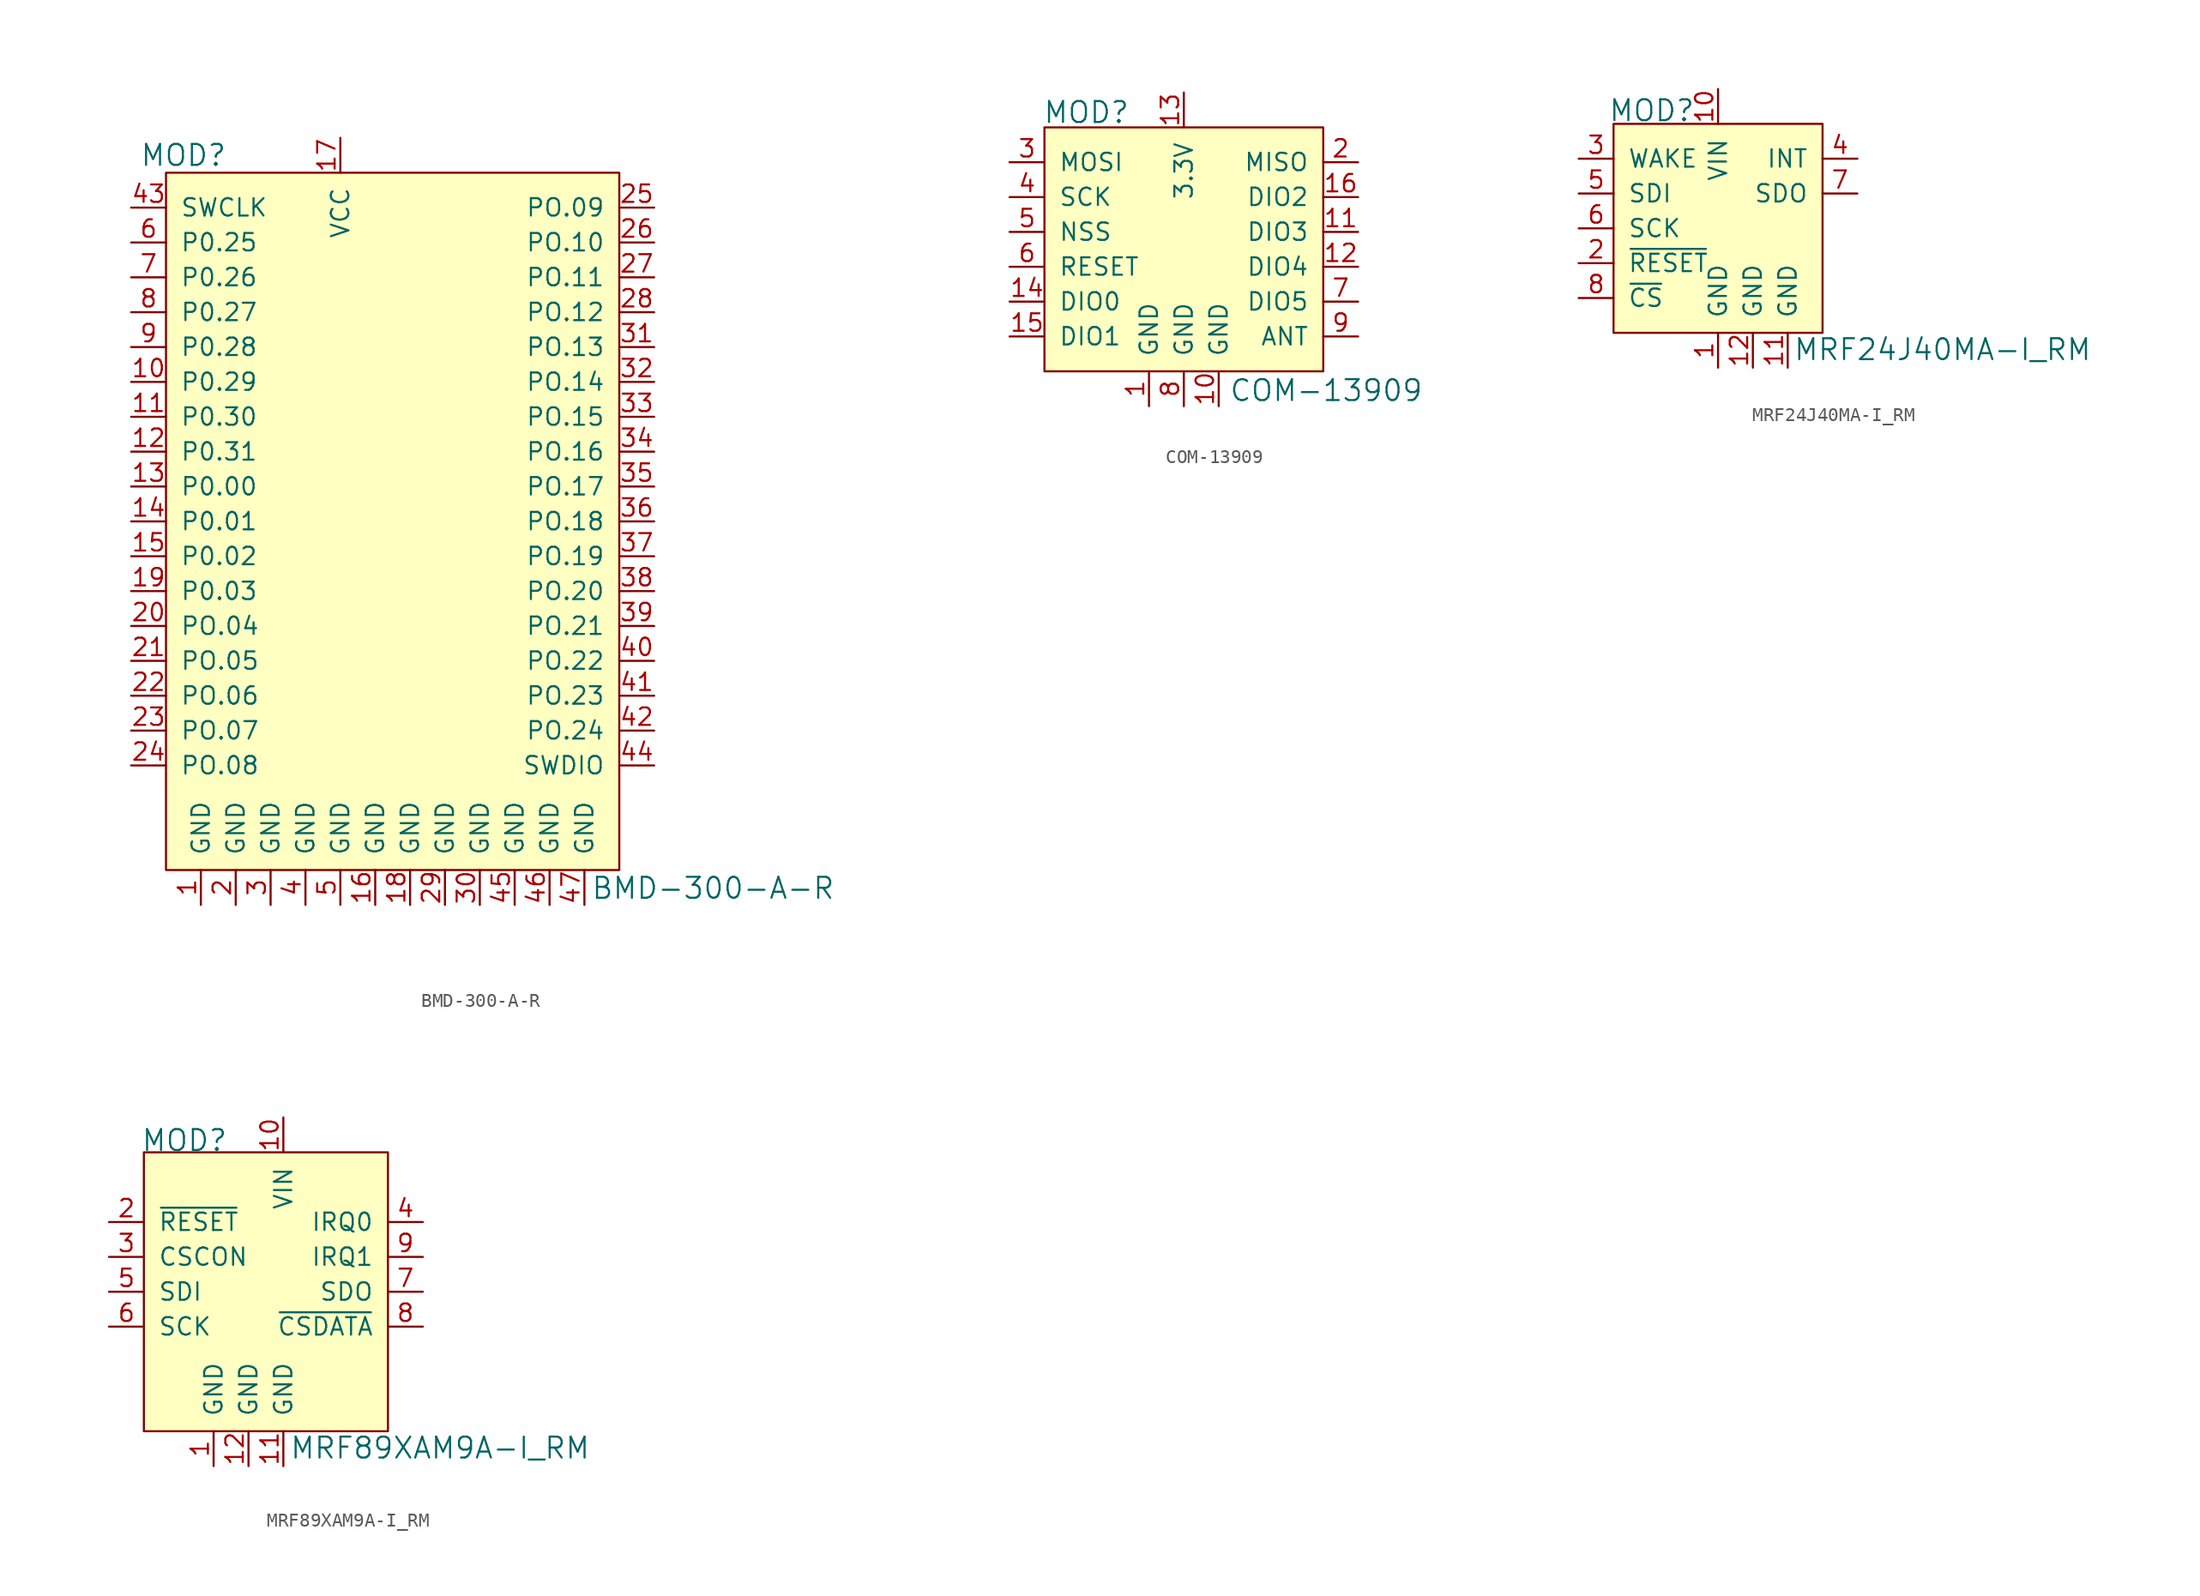
<source format=kicad_sym>
(kicad_symbol_lib
  (version 20231120)
  (generator "kicad_symbol_editor")
  (generator_version "8.0")
  (symbol "BMD-300-A-R"
    (pin_names
      (offset 1.016))
    (property "Reference" "MOD"
      (at -13.97 29.21 0)
      (effects (font (size 1.524 1.524))))
    (property "Value" "BMD-300-A-R"
      (at 15.697 -24.181 0)
      (effects (font (size 1.524 1.524)) (justify left)))
    (symbol "BMD-300-A-R_0_1"
      (rectangle (start -15.24 27.94) (end 17.78 -22.86) (stroke (width 0) (type default)) (fill (type background))))
    (symbol "BMD-300-A-R_1_1"
      (pin power_in line (at -12.7 -25.4 90) (length 2.54) (name "GND" (effects (font (size 1.27 1.27)))) (number "1" (effects (font (size 1.27 1.27)))))
      (pin bidirectional line (at -17.78 12.7 0) (length 2.54) (name "P0.29" (effects (font (size 1.27 1.27)))) (number "10" (effects (font (size 1.27 1.27)))))
      (pin bidirectional line (at -17.78 10.16 0) (length 2.54) (name "P0.30" (effects (font (size 1.27 1.27)))) (number "11" (effects (font (size 1.27 1.27)))))
      (pin bidirectional line (at -17.78 7.62 0) (length 2.54) (name "P0.31" (effects (font (size 1.27 1.27)))) (number "12" (effects (font (size 1.27 1.27)))))
      (pin bidirectional line (at -17.78 5.08 0) (length 2.54) (name "P0.00" (effects (font (size 1.27 1.27)))) (number "13" (effects (font (size 1.27 1.27)))))
      (pin bidirectional line (at -17.78 2.54 0) (length 2.54) (name "P0.01" (effects (font (size 1.27 1.27)))) (number "14" (effects (font (size 1.27 1.27)))))
      (pin bidirectional line (at -17.78 0 0) (length 2.54) (name "P0.02" (effects (font (size 1.27 1.27)))) (number "15" (effects (font (size 1.27 1.27)))))
      (pin power_in line (at 0 -25.4 90) (length 2.54) (name "GND" (effects (font (size 1.27 1.27)))) (number "16" (effects (font (size 1.27 1.27)))))
      (pin power_in line (at -2.54 30.48 270) (length 2.54) (name "VCC" (effects (font (size 1.27 1.27)))) (number "17" (effects (font (size 1.27 1.27)))))
      (pin power_in line (at 2.54 -25.4 90) (length 2.54) (name "GND" (effects (font (size 1.27 1.27)))) (number "18" (effects (font (size 1.27 1.27)))))
      (pin bidirectional line (at -17.78 -2.54 0) (length 2.54) (name "P0.03" (effects (font (size 1.27 1.27)))) (number "19" (effects (font (size 1.27 1.27)))))
      (pin power_in line (at -10.16 -25.4 90) (length 2.54) (name "GND" (effects (font (size 1.27 1.27)))) (number "2" (effects (font (size 1.27 1.27)))))
      (pin bidirectional line (at -17.78 -5.08 0) (length 2.54) (name "PO.04" (effects (font (size 1.27 1.27)))) (number "20" (effects (font (size 1.27 1.27)))))
      (pin bidirectional line (at -17.78 -7.62 0) (length 2.54) (name "PO.05" (effects (font (size 1.27 1.27)))) (number "21" (effects (font (size 1.27 1.27)))))
      (pin bidirectional line (at -17.78 -10.16 0) (length 2.54) (name "PO.06" (effects (font (size 1.27 1.27)))) (number "22" (effects (font (size 1.27 1.27)))))
      (pin bidirectional line (at -17.78 -12.7 0) (length 2.54) (name "PO.07" (effects (font (size 1.27 1.27)))) (number "23" (effects (font (size 1.27 1.27)))))
      (pin bidirectional line (at -17.78 -15.24 0) (length 2.54) (name "PO.08" (effects (font (size 1.27 1.27)))) (number "24" (effects (font (size 1.27 1.27)))))
      (pin bidirectional line (at 20.32 25.4 180) (length 2.54) (name "PO.09" (effects (font (size 1.27 1.27)))) (number "25" (effects (font (size 1.27 1.27)))))
      (pin bidirectional line (at 20.32 22.86 180) (length 2.54) (name "PO.10" (effects (font (size 1.27 1.27)))) (number "26" (effects (font (size 1.27 1.27)))))
      (pin bidirectional line (at 20.32 20.32 180) (length 2.54) (name "PO.11" (effects (font (size 1.27 1.27)))) (number "27" (effects (font (size 1.27 1.27)))))
      (pin bidirectional line (at 20.32 17.78 180) (length 2.54) (name "PO.12" (effects (font (size 1.27 1.27)))) (number "28" (effects (font (size 1.27 1.27)))))
      (pin power_in line (at 5.08 -25.4 90) (length 2.54) (name "GND" (effects (font (size 1.27 1.27)))) (number "29" (effects (font (size 1.27 1.27)))))
      (pin power_in line (at -7.62 -25.4 90) (length 2.54) (name "GND" (effects (font (size 1.27 1.27)))) (number "3" (effects (font (size 1.27 1.27)))))
      (pin power_in line (at 7.62 -25.4 90) (length 2.54) (name "GND" (effects (font (size 1.27 1.27)))) (number "30" (effects (font (size 1.27 1.27)))))
      (pin bidirectional line (at 20.32 15.24 180) (length 2.54) (name "PO.13" (effects (font (size 1.27 1.27)))) (number "31" (effects (font (size 1.27 1.27)))))
      (pin bidirectional line (at 20.32 12.7 180) (length 2.54) (name "PO.14" (effects (font (size 1.27 1.27)))) (number "32" (effects (font (size 1.27 1.27)))))
      (pin bidirectional line (at 20.32 10.16 180) (length 2.54) (name "PO.15" (effects (font (size 1.27 1.27)))) (number "33" (effects (font (size 1.27 1.27)))))
      (pin bidirectional line (at 20.32 7.62 180) (length 2.54) (name "PO.16" (effects (font (size 1.27 1.27)))) (number "34" (effects (font (size 1.27 1.27)))))
      (pin bidirectional line (at 20.32 5.08 180) (length 2.54) (name "PO.17" (effects (font (size 1.27 1.27)))) (number "35" (effects (font (size 1.27 1.27)))))
      (pin bidirectional line (at 20.32 2.54 180) (length 2.54) (name "PO.18" (effects (font (size 1.27 1.27)))) (number "36" (effects (font (size 1.27 1.27)))))
      (pin bidirectional line (at 20.32 0 180) (length 2.54) (name "PO.19" (effects (font (size 1.27 1.27)))) (number "37" (effects (font (size 1.27 1.27)))))
      (pin bidirectional line (at 20.32 -2.54 180) (length 2.54) (name "PO.20" (effects (font (size 1.27 1.27)))) (number "38" (effects (font (size 1.27 1.27)))))
      (pin bidirectional line (at 20.32 -5.08 180) (length 2.54) (name "PO.21" (effects (font (size 1.27 1.27)))) (number "39" (effects (font (size 1.27 1.27)))))
      (pin power_in line (at -5.08 -25.4 90) (length 2.54) (name "GND" (effects (font (size 1.27 1.27)))) (number "4" (effects (font (size 1.27 1.27)))))
      (pin bidirectional line (at 20.32 -7.62 180) (length 2.54) (name "PO.22" (effects (font (size 1.27 1.27)))) (number "40" (effects (font (size 1.27 1.27)))))
      (pin bidirectional line (at 20.32 -10.16 180) (length 2.54) (name "PO.23" (effects (font (size 1.27 1.27)))) (number "41" (effects (font (size 1.27 1.27)))))
      (pin bidirectional line (at 20.32 -12.7 180) (length 2.54) (name "PO.24" (effects (font (size 1.27 1.27)))) (number "42" (effects (font (size 1.27 1.27)))))
      (pin input line (at -17.78 25.4 0) (length 2.54) (name "SWCLK" (effects (font (size 1.27 1.27)))) (number "43" (effects (font (size 1.27 1.27)))))
      (pin bidirectional line (at 20.32 -15.24 180) (length 2.54) (name "SWDIO" (effects (font (size 1.27 1.27)))) (number "44" (effects (font (size 1.27 1.27)))))
      (pin power_in line (at 10.16 -25.4 90) (length 2.54) (name "GND" (effects (font (size 1.27 1.27)))) (number "45" (effects (font (size 1.27 1.27)))))
      (pin power_in line (at 12.7 -25.4 90) (length 2.54) (name "GND" (effects (font (size 1.27 1.27)))) (number "46" (effects (font (size 1.27 1.27)))))
      (pin power_in line (at 15.24 -25.4 90) (length 2.54) (name "GND" (effects (font (size 1.27 1.27)))) (number "47" (effects (font (size 1.27 1.27)))))
      (pin power_in line (at -2.54 -25.4 90) (length 2.54) (name "GND" (effects (font (size 1.27 1.27)))) (number "5" (effects (font (size 1.27 1.27)))))
      (pin bidirectional line (at -17.78 22.86 0) (length 2.54) (name "P0.25" (effects (font (size 1.27 1.27)))) (number "6" (effects (font (size 1.27 1.27)))))
      (pin bidirectional line (at -17.78 20.32 0) (length 2.54) (name "P0.26" (effects (font (size 1.27 1.27)))) (number "7" (effects (font (size 1.27 1.27)))))
      (pin bidirectional line (at -17.78 17.78 0) (length 2.54) (name "P0.27" (effects (font (size 1.27 1.27)))) (number "8" (effects (font (size 1.27 1.27)))))
      (pin bidirectional line (at -17.78 15.24 0) (length 2.54) (name "P0.28" (effects (font (size 1.27 1.27)))) (number "9" (effects (font (size 1.27 1.27)))))))
  (symbol "COM-13909"
    (pin_names
      (offset 1.016))
    (property "Reference" "MOD"
      (at -10.287 13.792 0)
      (effects (font (size 1.524 1.524)) (justify left)))
    (property "Value" "COM-13909"
      (at 3.277 -6.477 0)
      (effects (font (size 1.524 1.524)) (justify left)))
    (symbol "COM-13909_1_1"
      (rectangle (start -10.16 12.7) (end 10.16 -5.08) (stroke (width 0) (type default)) (fill (type background)))
      (pin power_in line (at -2.54 -7.62 90) (length 2.54) (name "GND" (effects (font (size 1.27 1.27)))) (number "1" (effects (font (size 1.27 1.27)))))
      (pin power_in line (at 2.54 -7.62 90) (length 2.54) (name "GND" (effects (font (size 1.27 1.27)))) (number "10" (effects (font (size 1.27 1.27)))))
      (pin bidirectional line (at 12.7 5.08 180) (length 2.54) (name "DIO3" (effects (font (size 1.27 1.27)))) (number "11" (effects (font (size 1.27 1.27)))))
      (pin bidirectional line (at 12.7 2.54 180) (length 2.54) (name "DIO4" (effects (font (size 1.27 1.27)))) (number "12" (effects (font (size 1.27 1.27)))))
      (pin power_in line (at 0 15.24 270) (length 2.54) (name "3.3V" (effects (font (size 1.27 1.27)))) (number "13" (effects (font (size 1.27 1.27)))))
      (pin bidirectional line (at -12.7 0 0) (length 2.54) (name "DIO0" (effects (font (size 1.27 1.27)))) (number "14" (effects (font (size 1.27 1.27)))))
      (pin bidirectional line (at -12.7 -2.54 0) (length 2.54) (name "DIO1" (effects (font (size 1.27 1.27)))) (number "15" (effects (font (size 1.27 1.27)))))
      (pin bidirectional line (at 12.7 7.62 180) (length 2.54) (name "DIO2" (effects (font (size 1.27 1.27)))) (number "16" (effects (font (size 1.27 1.27)))))
      (pin output line (at 12.7 10.16 180) (length 2.54) (name "MISO" (effects (font (size 1.27 1.27)))) (number "2" (effects (font (size 1.27 1.27)))))
      (pin input line (at -12.7 10.16 0) (length 2.54) (name "MOSI" (effects (font (size 1.27 1.27)))) (number "3" (effects (font (size 1.27 1.27)))))
      (pin input line (at -12.7 7.62 0) (length 2.54) (name "SCK" (effects (font (size 1.27 1.27)))) (number "4" (effects (font (size 1.27 1.27)))))
      (pin input line (at -12.7 5.08 0) (length 2.54) (name "NSS" (effects (font (size 1.27 1.27)))) (number "5" (effects (font (size 1.27 1.27)))))
      (pin input line (at -12.7 2.54 0) (length 2.54) (name "RESET" (effects (font (size 1.27 1.27)))) (number "6" (effects (font (size 1.27 1.27)))))
      (pin bidirectional line (at 12.7 0 180) (length 2.54) (name "DIO5" (effects (font (size 1.27 1.27)))) (number "7" (effects (font (size 1.27 1.27)))))
      (pin power_in line (at 0 -7.62 90) (length 2.54) (name "GND" (effects (font (size 1.27 1.27)))) (number "8" (effects (font (size 1.27 1.27)))))
      (pin bidirectional line (at 12.7 -2.54 180) (length 2.54) (name "ANT" (effects (font (size 1.27 1.27)))) (number "9" (effects (font (size 1.27 1.27)))))))
  (symbol "MRF24J40MA-I_RM"
    (pin_names
      (offset 1.016))
    (property "Reference" "MOD"
      (at -1.651 8.585 0)
      (effects (font (size 1.524 1.524)) (justify right)))
    (property "Value" "MRF24J40MA-I_RM"
      (at 5.461 -8.839 0)
      (effects (font (size 1.524 1.524)) (justify left)))
    (symbol "MRF24J40MA-I_RM_0_1"
      (rectangle (start -7.62 7.62) (end 7.62 -7.62) (stroke (width 0) (type default)) (fill (type background))))
    (symbol "MRF24J40MA-I_RM_1_1"
      (pin power_in line (at 0 -10.16 90) (length 2.54) (name "GND" (effects (font (size 1.27 1.27)))) (number "1" (effects (font (size 1.27 1.27)))))
      (pin power_in line (at 0 10.16 270) (length 2.54) (name "VIN" (effects (font (size 1.27 1.27)))) (number "10" (effects (font (size 1.27 1.27)))))
      (pin power_in line (at 5.08 -10.16 90) (length 2.54) (name "GND" (effects (font (size 1.27 1.27)))) (number "11" (effects (font (size 1.27 1.27)))))
      (pin power_in line (at 2.54 -10.16 90) (length 2.54) (name "GND" (effects (font (size 1.27 1.27)))) (number "12" (effects (font (size 1.27 1.27)))))
      (pin input line (at -10.16 -2.54 0) (length 2.54) (name "~{RESET}" (effects (font (size 1.27 1.27)))) (number "2" (effects (font (size 1.27 1.27)))))
      (pin input line (at -10.16 5.08 0) (length 2.54) (name "WAKE" (effects (font (size 1.27 1.27)))) (number "3" (effects (font (size 1.27 1.27)))))
      (pin output line (at 10.16 5.08 180) (length 2.54) (name "INT" (effects (font (size 1.27 1.27)))) (number "4" (effects (font (size 1.27 1.27)))))
      (pin input line (at -10.16 2.54 0) (length 2.54) (name "SDI" (effects (font (size 1.27 1.27)))) (number "5" (effects (font (size 1.27 1.27)))))
      (pin input line (at -10.16 0 0) (length 2.54) (name "SCK" (effects (font (size 1.27 1.27)))) (number "6" (effects (font (size 1.27 1.27)))))
      (pin output line (at 10.16 2.54 180) (length 2.54) (name "SDO" (effects (font (size 1.27 1.27)))) (number "7" (effects (font (size 1.27 1.27)))))
      (pin input line (at -10.16 -5.08 0) (length 2.54) (name "~{CS}" (effects (font (size 1.27 1.27)))) (number "8" (effects (font (size 1.27 1.27)))))
      (pin no_connect line (at 7.62 0 180) (length 2.54) hide (name "NC" (effects (font (size 1.27 1.27)))) (number "9" (effects (font (size 1.27 1.27)))))))
  (symbol "MRF89XAM9A-I_RM"
    (pin_names
      (offset 1.016))
    (property "Reference" "MOD"
      (at -10.389 11.024 0)
      (effects (font (size 1.524 1.524)) (justify left)))
    (property "Value" "MRF89XAM9A-I_RM"
      (at 0.432 -11.379 0)
      (effects (font (size 1.524 1.524)) (justify left)))
    (symbol "MRF89XAM9A-I_RM_1_1"
      (rectangle (start -10.16 10.16) (end 7.62 -10.16) (stroke (width 0) (type default)) (fill (type background)))
      (pin power_in line (at -5.08 -12.7 90) (length 2.54) (name "GND" (effects (font (size 1.27 1.27)))) (number "1" (effects (font (size 1.27 1.27)))))
      (pin power_in line (at 0 12.7 270) (length 2.54) (name "VIN" (effects (font (size 1.27 1.27)))) (number "10" (effects (font (size 1.27 1.27)))))
      (pin power_in line (at 0 -12.7 90) (length 2.54) (name "GND" (effects (font (size 1.27 1.27)))) (number "11" (effects (font (size 1.27 1.27)))))
      (pin power_in line (at -2.54 -12.7 90) (length 2.54) (name "GND" (effects (font (size 1.27 1.27)))) (number "12" (effects (font (size 1.27 1.27)))))
      (pin input line (at -12.7 5.08 0) (length 2.54) (name "~{RESET}" (effects (font (size 1.27 1.27)))) (number "2" (effects (font (size 1.27 1.27)))))
      (pin bidirectional line (at -12.7 2.54 0) (length 2.54) (name "CSCON" (effects (font (size 1.27 1.27)))) (number "3" (effects (font (size 1.27 1.27)))))
      (pin output line (at 10.16 5.08 180) (length 2.54) (name "IRQ0" (effects (font (size 1.27 1.27)))) (number "4" (effects (font (size 1.27 1.27)))))
      (pin input line (at -12.7 0 0) (length 2.54) (name "SDI" (effects (font (size 1.27 1.27)))) (number "5" (effects (font (size 1.27 1.27)))))
      (pin input line (at -12.7 -2.54 0) (length 2.54) (name "SCK" (effects (font (size 1.27 1.27)))) (number "6" (effects (font (size 1.27 1.27)))))
      (pin output line (at 10.16 0 180) (length 2.54) (name "SDO" (effects (font (size 1.27 1.27)))) (number "7" (effects (font (size 1.27 1.27)))))
      (pin bidirectional line (at 10.16 -2.54 180) (length 2.54) (name "~{CSDATA}" (effects (font (size 1.27 1.27)))) (number "8" (effects (font (size 1.27 1.27)))))
      (pin output line (at 10.16 2.54 180) (length 2.54) (name "IRQ1" (effects (font (size 1.27 1.27)))) (number "9" (effects (font (size 1.27 1.27))))))))
</source>
